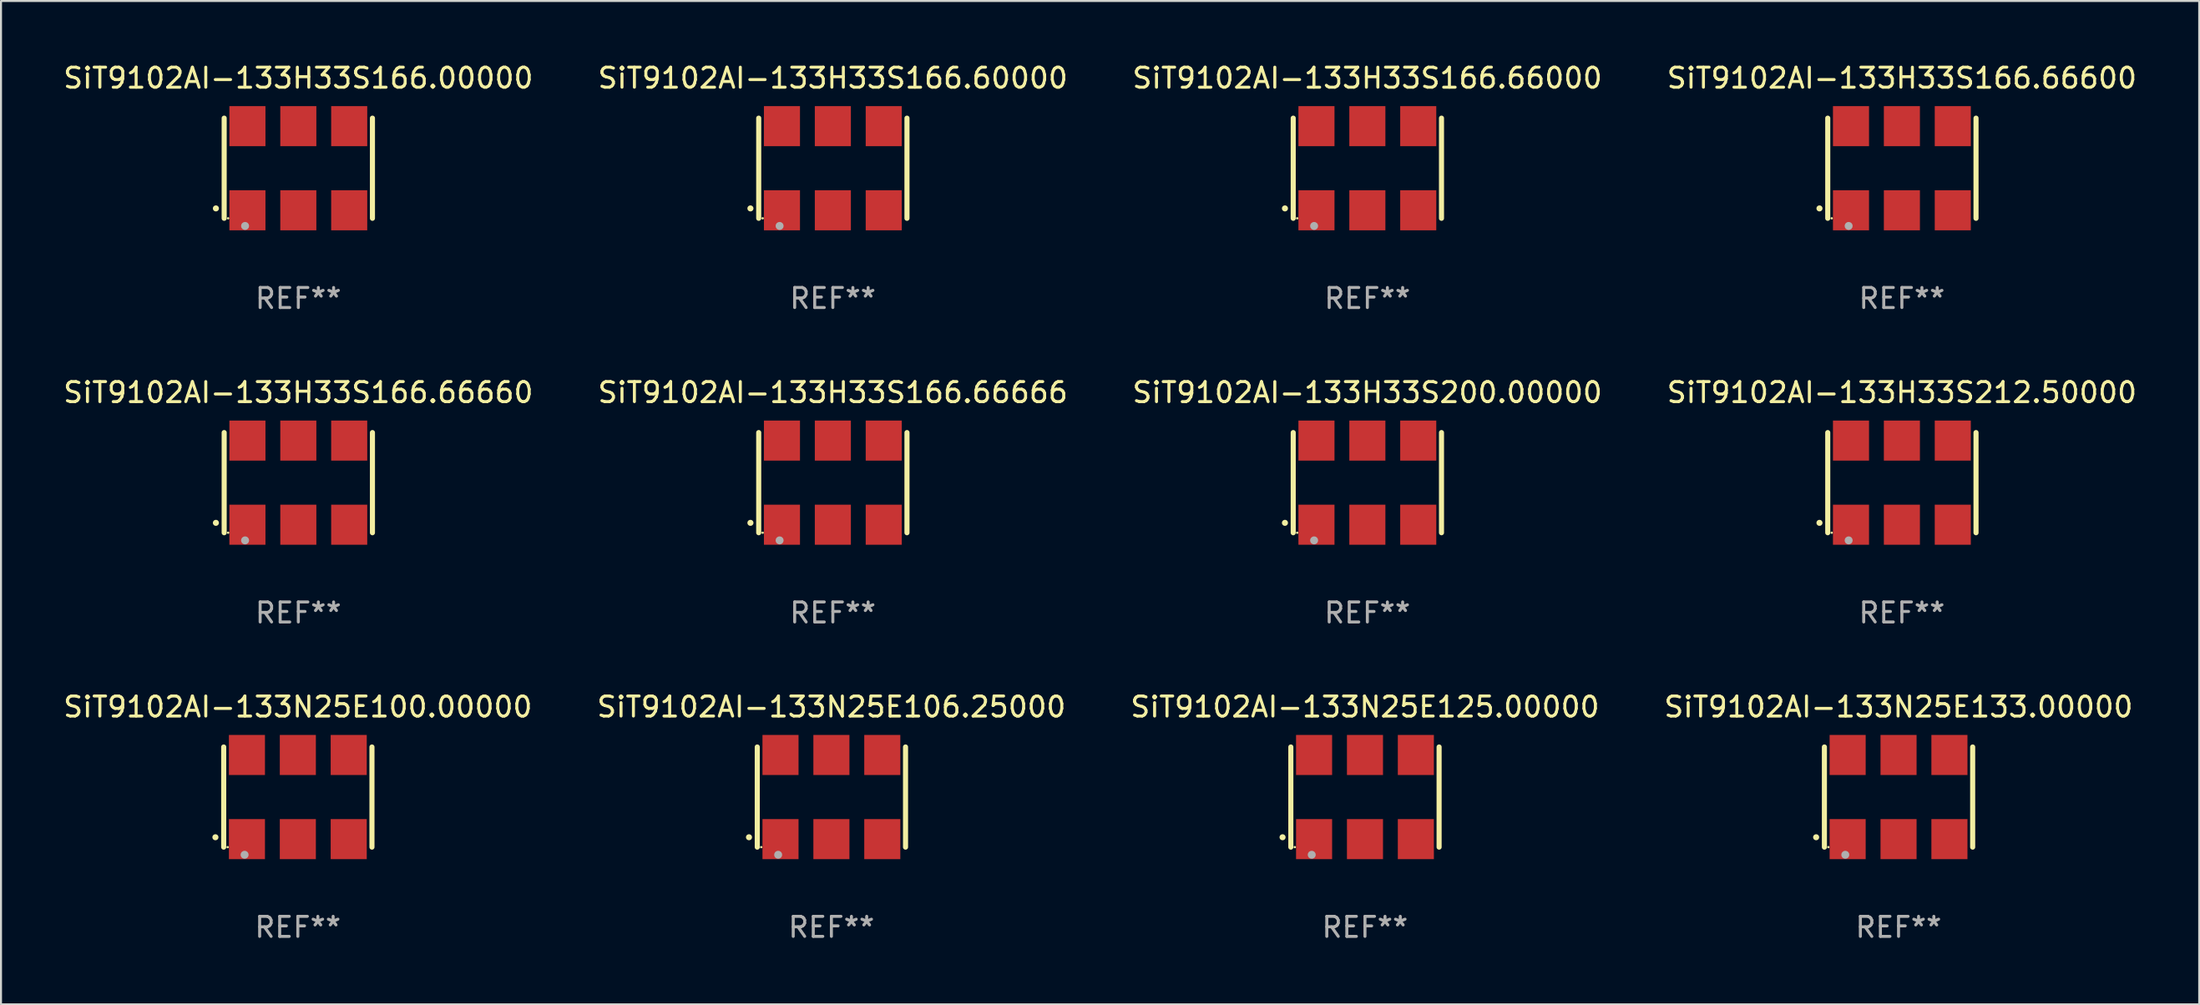
<source format=kicad_pcb>
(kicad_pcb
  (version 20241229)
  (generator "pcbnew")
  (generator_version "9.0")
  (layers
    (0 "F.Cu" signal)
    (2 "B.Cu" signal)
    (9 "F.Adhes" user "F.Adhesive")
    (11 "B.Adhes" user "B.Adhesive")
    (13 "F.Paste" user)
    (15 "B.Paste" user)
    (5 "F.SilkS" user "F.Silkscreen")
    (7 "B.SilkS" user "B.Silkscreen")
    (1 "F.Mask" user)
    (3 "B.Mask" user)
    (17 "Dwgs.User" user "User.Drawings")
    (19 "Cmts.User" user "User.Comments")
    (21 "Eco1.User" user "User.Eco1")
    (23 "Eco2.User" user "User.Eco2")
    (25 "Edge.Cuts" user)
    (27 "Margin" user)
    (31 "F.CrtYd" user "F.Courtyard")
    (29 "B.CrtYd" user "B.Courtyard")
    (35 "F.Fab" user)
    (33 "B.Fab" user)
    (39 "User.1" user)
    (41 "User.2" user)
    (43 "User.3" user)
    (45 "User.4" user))
  (footprint "SiT9102AI-133N25E100.00000"
    (layer "F.Cu")
    (at 11.815 36.741)
    (property "Reference" "SiT9102AI-133N25E100.00000" (at 0 -4.5 0) (layer "F.SilkS") (effects (font (size 1 1) (thickness 0.15))))
    (attr through_hole)
    (fp_line (start -3.7 -2.5) (end -3.7 2.5) (stroke (width 0.254) (type solid)) (layer "F.SilkS"))
    (fp_line (start 3.7 -2.5) (end 3.7 2.5) (stroke (width 0.254) (type solid)) (layer "F.SilkS"))
    (fp_arc (start -4.114415 2.006604) (mid -4.113145 2.006599) (end -4.111875 2.006604) (stroke (width 0.3) (type solid)) (layer "F.SilkS"))
    (fp_circle (center -3.502 2.5) (end -3.472 2.5) (stroke (width 0.06) (type solid)) (fill no) (layer "F.SilkS"))
    (fp_circle (center -2.657 2.882) (end -2.557 2.882) (stroke (width 0.2) (type solid)) (fill no) (layer "F.Fab"))
    (fp_text user "REF**" (at 0 6.5 0) (layer "F.Fab") (effects (font (size 1 1) (thickness 0.15))))
    (pad "1" smd rect (at -2.54 2.1) (size 1.8 2) (layers "F.Cu" "F.Mask" "F.Paste"))
    (pad "2" smd rect (at 0.000394 2.1) (size 1.8 2) (layers "F.Cu" "F.Mask" "F.Paste"))
    (pad "3" smd rect (at 2.54 2.1) (size 1.8 2) (layers "F.Cu" "F.Mask" "F.Paste"))
    (pad "4" smd rect (at 2.54 -2.1) (size 1.8 2) (layers "F.Cu" "F.Mask" "F.Paste"))
    (pad "5" smd rect (at 0.000394 -2.1) (size 1.8 2) (layers "F.Cu" "F.Mask" "F.Paste"))
    (pad "6" smd rect (at -2.54 -2.1) (size 1.8 2) (layers "F.Cu" "F.Mask" "F.Paste")))
  (footprint "SiT9102AI-133H33S166.66666"
    (layer "F.Cu")
    (at 38.518 21.045)
    (property "Reference" "SiT9102AI-133H33S166.66666" (at 0 -4.5 0) (layer "F.SilkS") (effects (font (size 1 1) (thickness 0.15))))
    (attr through_hole)
    (fp_line (start -3.7 -2.5) (end -3.7 2.5) (stroke (width 0.254) (type solid)) (layer "F.SilkS"))
    (fp_line (start 3.7 -2.5) (end 3.7 2.5) (stroke (width 0.254) (type solid)) (layer "F.SilkS"))
    (fp_arc (start -4.114415 2.006604) (mid -4.113145 2.006599) (end -4.111875 2.006604) (stroke (width 0.3) (type solid)) (layer "F.SilkS"))
    (fp_circle (center -3.502 2.5) (end -3.472 2.5) (stroke (width 0.06) (type solid)) (fill no) (layer "F.SilkS"))
    (fp_circle (center -2.657 2.882) (end -2.557 2.882) (stroke (width 0.2) (type solid)) (fill no) (layer "F.Fab"))
    (fp_text user "REF**" (at 0 6.5 0) (layer "F.Fab") (effects (font (size 1 1) (thickness 0.15))))
    (pad "1" smd rect (at -2.54 2.1) (size 1.8 2) (layers "F.Cu" "F.Mask" "F.Paste"))
    (pad "2" smd rect (at 0.000394 2.1) (size 1.8 2) (layers "F.Cu" "F.Mask" "F.Paste"))
    (pad "3" smd rect (at 2.54 2.1) (size 1.8 2) (layers "F.Cu" "F.Mask" "F.Paste"))
    (pad "4" smd rect (at 2.54 -2.1) (size 1.8 2) (layers "F.Cu" "F.Mask" "F.Paste"))
    (pad "5" smd rect (at 0.000394 -2.1) (size 1.8 2) (layers "F.Cu" "F.Mask" "F.Paste"))
    (pad "6" smd rect (at -2.54 -2.1) (size 1.8 2) (layers "F.Cu" "F.Mask" "F.Paste")))
  (footprint "SiT9102AI-133N25E133.00000"
    (layer "F.Cu")
    (at 91.708 36.741)
    (property "Reference" "SiT9102AI-133N25E133.00000" (at 0 -4.5 0) (layer "F.SilkS") (effects (font (size 1 1) (thickness 0.15))))
    (attr through_hole)
    (fp_line (start -3.7 -2.5) (end -3.7 2.5) (stroke (width 0.254) (type solid)) (layer "F.SilkS"))
    (fp_line (start 3.7 -2.5) (end 3.7 2.5) (stroke (width 0.254) (type solid)) (layer "F.SilkS"))
    (fp_arc (start -4.114415 2.006604) (mid -4.113145 2.006599) (end -4.111875 2.006604) (stroke (width 0.3) (type solid)) (layer "F.SilkS"))
    (fp_circle (center -3.502 2.5) (end -3.472 2.5) (stroke (width 0.06) (type solid)) (fill no) (layer "F.SilkS"))
    (fp_circle (center -2.657 2.882) (end -2.557 2.882) (stroke (width 0.2) (type solid)) (fill no) (layer "F.Fab"))
    (fp_text user "REF**" (at 0 6.5 0) (layer "F.Fab") (effects (font (size 1 1) (thickness 0.15))))
    (pad "1" smd rect (at -2.54 2.1) (size 1.8 2) (layers "F.Cu" "F.Mask" "F.Paste"))
    (pad "2" smd rect (at 0.000394 2.1) (size 1.8 2) (layers "F.Cu" "F.Mask" "F.Paste"))
    (pad "3" smd rect (at 2.54 2.1) (size 1.8 2) (layers "F.Cu" "F.Mask" "F.Paste"))
    (pad "4" smd rect (at 2.54 -2.1) (size 1.8 2) (layers "F.Cu" "F.Mask" "F.Paste"))
    (pad "5" smd rect (at 0.000394 -2.1) (size 1.8 2) (layers "F.Cu" "F.Mask" "F.Paste"))
    (pad "6" smd rect (at -2.54 -2.1) (size 1.8 2) (layers "F.Cu" "F.Mask" "F.Paste")))
  (footprint "SiT9102AI-133H33S166.60000"
    (layer "F.Cu")
    (at 38.518 5.348)
    (property "Reference" "SiT9102AI-133H33S166.60000" (at 0 -4.5 0) (layer "F.SilkS") (effects (font (size 1 1) (thickness 0.15))))
    (attr through_hole)
    (fp_line (start -3.7 -2.5) (end -3.7 2.5) (stroke (width 0.254) (type solid)) (layer "F.SilkS"))
    (fp_line (start 3.7 -2.5) (end 3.7 2.5) (stroke (width 0.254) (type solid)) (layer "F.SilkS"))
    (fp_arc (start -4.114415 2.006604) (mid -4.113145 2.006599) (end -4.111875 2.006604) (stroke (width 0.3) (type solid)) (layer "F.SilkS"))
    (fp_circle (center -3.502 2.5) (end -3.472 2.5) (stroke (width 0.06) (type solid)) (fill no) (layer "F.SilkS"))
    (fp_circle (center -2.657 2.882) (end -2.557 2.882) (stroke (width 0.2) (type solid)) (fill no) (layer "F.Fab"))
    (fp_text user "REF**" (at 0 6.5 0) (layer "F.Fab") (effects (font (size 1 1) (thickness 0.15))))
    (pad "1" smd rect (at -2.54 2.1) (size 1.8 2) (layers "F.Cu" "F.Mask" "F.Paste"))
    (pad "2" smd rect (at 0.000394 2.1) (size 1.8 2) (layers "F.Cu" "F.Mask" "F.Paste"))
    (pad "3" smd rect (at 2.54 2.1) (size 1.8 2) (layers "F.Cu" "F.Mask" "F.Paste"))
    (pad "4" smd rect (at 2.54 -2.1) (size 1.8 2) (layers "F.Cu" "F.Mask" "F.Paste"))
    (pad "5" smd rect (at 0.000394 -2.1) (size 1.8 2) (layers "F.Cu" "F.Mask" "F.Paste"))
    (pad "6" smd rect (at -2.54 -2.1) (size 1.8 2) (layers "F.Cu" "F.Mask" "F.Paste")))
  (footprint "SiT9102AI-133H33S166.00000"
    (layer "F.Cu")
    (at 11.839 5.348)
    (property "Reference" "SiT9102AI-133H33S166.00000" (at 0 -4.5 0) (layer "F.SilkS") (effects (font (size 1 1) (thickness 0.15))))
    (attr through_hole)
    (fp_line (start -3.7 -2.5) (end -3.7 2.5) (stroke (width 0.254) (type solid)) (layer "F.SilkS"))
    (fp_line (start 3.7 -2.5) (end 3.7 2.5) (stroke (width 0.254) (type solid)) (layer "F.SilkS"))
    (fp_arc (start -4.114415 2.006604) (mid -4.113145 2.006599) (end -4.111875 2.006604) (stroke (width 0.3) (type solid)) (layer "F.SilkS"))
    (fp_circle (center -3.502 2.5) (end -3.472 2.5) (stroke (width 0.06) (type solid)) (fill no) (layer "F.SilkS"))
    (fp_circle (center -2.657 2.882) (end -2.557 2.882) (stroke (width 0.2) (type solid)) (fill no) (layer "F.Fab"))
    (fp_text user "REF**" (at 0 6.5 0) (layer "F.Fab") (effects (font (size 1 1) (thickness 0.15))))
    (pad "1" smd rect (at -2.54 2.1) (size 1.8 2) (layers "F.Cu" "F.Mask" "F.Paste"))
    (pad "2" smd rect (at 0.000394 2.1) (size 1.8 2) (layers "F.Cu" "F.Mask" "F.Paste"))
    (pad "3" smd rect (at 2.54 2.1) (size 1.8 2) (layers "F.Cu" "F.Mask" "F.Paste"))
    (pad "4" smd rect (at 2.54 -2.1) (size 1.8 2) (layers "F.Cu" "F.Mask" "F.Paste"))
    (pad "5" smd rect (at 0.000394 -2.1) (size 1.8 2) (layers "F.Cu" "F.Mask" "F.Paste"))
    (pad "6" smd rect (at -2.54 -2.1) (size 1.8 2) (layers "F.Cu" "F.Mask" "F.Paste")))
  (footprint "SiT9102AI-133H33S166.66660"
    (layer "F.Cu")
    (at 11.839 21.045)
    (property "Reference" "SiT9102AI-133H33S166.66660" (at 0 -4.5 0) (layer "F.SilkS") (effects (font (size 1 1) (thickness 0.15))))
    (attr through_hole)
    (fp_line (start -3.7 -2.5) (end -3.7 2.5) (stroke (width 0.254) (type solid)) (layer "F.SilkS"))
    (fp_line (start 3.7 -2.5) (end 3.7 2.5) (stroke (width 0.254) (type solid)) (layer "F.SilkS"))
    (fp_arc (start -4.114415 2.006604) (mid -4.113145 2.006599) (end -4.111875 2.006604) (stroke (width 0.3) (type solid)) (layer "F.SilkS"))
    (fp_circle (center -3.502 2.5) (end -3.472 2.5) (stroke (width 0.06) (type solid)) (fill no) (layer "F.SilkS"))
    (fp_circle (center -2.657 2.882) (end -2.557 2.882) (stroke (width 0.2) (type solid)) (fill no) (layer "F.Fab"))
    (fp_text user "REF**" (at 0 6.5 0) (layer "F.Fab") (effects (font (size 1 1) (thickness 0.15))))
    (pad "1" smd rect (at -2.54 2.1) (size 1.8 2) (layers "F.Cu" "F.Mask" "F.Paste"))
    (pad "2" smd rect (at 0.000394 2.1) (size 1.8 2) (layers "F.Cu" "F.Mask" "F.Paste"))
    (pad "3" smd rect (at 2.54 2.1) (size 1.8 2) (layers "F.Cu" "F.Mask" "F.Paste"))
    (pad "4" smd rect (at 2.54 -2.1) (size 1.8 2) (layers "F.Cu" "F.Mask" "F.Paste"))
    (pad "5" smd rect (at 0.000394 -2.1) (size 1.8 2) (layers "F.Cu" "F.Mask" "F.Paste"))
    (pad "6" smd rect (at -2.54 -2.1) (size 1.8 2) (layers "F.Cu" "F.Mask" "F.Paste")))
  (footprint "SiT9102AI-133H33S166.66600"
    (layer "F.Cu")
    (at 91.875 5.348)
    (property "Reference" "SiT9102AI-133H33S166.66600" (at 0 -4.5 0) (layer "F.SilkS") (effects (font (size 1 1) (thickness 0.15))))
    (attr through_hole)
    (fp_line (start -3.7 -2.5) (end -3.7 2.5) (stroke (width 0.254) (type solid)) (layer "F.SilkS"))
    (fp_line (start 3.7 -2.5) (end 3.7 2.5) (stroke (width 0.254) (type solid)) (layer "F.SilkS"))
    (fp_arc (start -4.114415 2.006604) (mid -4.113145 2.006599) (end -4.111875 2.006604) (stroke (width 0.3) (type solid)) (layer "F.SilkS"))
    (fp_circle (center -3.502 2.5) (end -3.472 2.5) (stroke (width 0.06) (type solid)) (fill no) (layer "F.SilkS"))
    (fp_circle (center -2.657 2.882) (end -2.557 2.882) (stroke (width 0.2) (type solid)) (fill no) (layer "F.Fab"))
    (fp_text user "REF**" (at 0 6.5 0) (layer "F.Fab") (effects (font (size 1 1) (thickness 0.15))))
    (pad "1" smd rect (at -2.54 2.1) (size 1.8 2) (layers "F.Cu" "F.Mask" "F.Paste"))
    (pad "2" smd rect (at 0.000394 2.1) (size 1.8 2) (layers "F.Cu" "F.Mask" "F.Paste"))
    (pad "3" smd rect (at 2.54 2.1) (size 1.8 2) (layers "F.Cu" "F.Mask" "F.Paste"))
    (pad "4" smd rect (at 2.54 -2.1) (size 1.8 2) (layers "F.Cu" "F.Mask" "F.Paste"))
    (pad "5" smd rect (at 0.000394 -2.1) (size 1.8 2) (layers "F.Cu" "F.Mask" "F.Paste"))
    (pad "6" smd rect (at -2.54 -2.1) (size 1.8 2) (layers "F.Cu" "F.Mask" "F.Paste")))
  (footprint "SiT9102AI-133H33S200.00000"
    (layer "F.Cu")
    (at 65.196 21.045)
    (property "Reference" "SiT9102AI-133H33S200.00000" (at 0 -4.5 0) (layer "F.SilkS") (effects (font (size 1 1) (thickness 0.15))))
    (attr through_hole)
    (fp_line (start -3.7 -2.5) (end -3.7 2.5) (stroke (width 0.254) (type solid)) (layer "F.SilkS"))
    (fp_line (start 3.7 -2.5) (end 3.7 2.5) (stroke (width 0.254) (type solid)) (layer "F.SilkS"))
    (fp_arc (start -4.114415 2.006604) (mid -4.113145 2.006599) (end -4.111875 2.006604) (stroke (width 0.3) (type solid)) (layer "F.SilkS"))
    (fp_circle (center -3.502 2.5) (end -3.472 2.5) (stroke (width 0.06) (type solid)) (fill no) (layer "F.SilkS"))
    (fp_circle (center -2.657 2.882) (end -2.557 2.882) (stroke (width 0.2) (type solid)) (fill no) (layer "F.Fab"))
    (fp_text user "REF**" (at 0 6.5 0) (layer "F.Fab") (effects (font (size 1 1) (thickness 0.15))))
    (pad "1" smd rect (at -2.54 2.1) (size 1.8 2) (layers "F.Cu" "F.Mask" "F.Paste"))
    (pad "2" smd rect (at 0.000394 2.1) (size 1.8 2) (layers "F.Cu" "F.Mask" "F.Paste"))
    (pad "3" smd rect (at 2.54 2.1) (size 1.8 2) (layers "F.Cu" "F.Mask" "F.Paste"))
    (pad "4" smd rect (at 2.54 -2.1) (size 1.8 2) (layers "F.Cu" "F.Mask" "F.Paste"))
    (pad "5" smd rect (at 0.000394 -2.1) (size 1.8 2) (layers "F.Cu" "F.Mask" "F.Paste"))
    (pad "6" smd rect (at -2.54 -2.1) (size 1.8 2) (layers "F.Cu" "F.Mask" "F.Paste")))
  (footprint "SiT9102AI-133N25E125.00000"
    (layer "F.Cu")
    (at 65.077 36.741)
    (property "Reference" "SiT9102AI-133N25E125.00000" (at 0 -4.5 0) (layer "F.SilkS") (effects (font (size 1 1) (thickness 0.15))))
    (attr through_hole)
    (fp_line (start -3.7 -2.5) (end -3.7 2.5) (stroke (width 0.254) (type solid)) (layer "F.SilkS"))
    (fp_line (start 3.7 -2.5) (end 3.7 2.5) (stroke (width 0.254) (type solid)) (layer "F.SilkS"))
    (fp_arc (start -4.114415 2.006604) (mid -4.113145 2.006599) (end -4.111875 2.006604) (stroke (width 0.3) (type solid)) (layer "F.SilkS"))
    (fp_circle (center -3.502 2.5) (end -3.472 2.5) (stroke (width 0.06) (type solid)) (fill no) (layer "F.SilkS"))
    (fp_circle (center -2.657 2.882) (end -2.557 2.882) (stroke (width 0.2) (type solid)) (fill no) (layer "F.Fab"))
    (fp_text user "REF**" (at 0 6.5 0) (layer "F.Fab") (effects (font (size 1 1) (thickness 0.15))))
    (pad "1" smd rect (at -2.54 2.1) (size 1.8 2) (layers "F.Cu" "F.Mask" "F.Paste"))
    (pad "2" smd rect (at 0.000394 2.1) (size 1.8 2) (layers "F.Cu" "F.Mask" "F.Paste"))
    (pad "3" smd rect (at 2.54 2.1) (size 1.8 2) (layers "F.Cu" "F.Mask" "F.Paste"))
    (pad "4" smd rect (at 2.54 -2.1) (size 1.8 2) (layers "F.Cu" "F.Mask" "F.Paste"))
    (pad "5" smd rect (at 0.000394 -2.1) (size 1.8 2) (layers "F.Cu" "F.Mask" "F.Paste"))
    (pad "6" smd rect (at -2.54 -2.1) (size 1.8 2) (layers "F.Cu" "F.Mask" "F.Paste")))
  (footprint "SiT9102AI-133H33S212.50000"
    (layer "F.Cu")
    (at 91.875 21.045)
    (property "Reference" "SiT9102AI-133H33S212.50000" (at 0 -4.5 0) (layer "F.SilkS") (effects (font (size 1 1) (thickness 0.15))))
    (attr through_hole)
    (fp_line (start -3.7 -2.5) (end -3.7 2.5) (stroke (width 0.254) (type solid)) (layer "F.SilkS"))
    (fp_line (start 3.7 -2.5) (end 3.7 2.5) (stroke (width 0.254) (type solid)) (layer "F.SilkS"))
    (fp_arc (start -4.114415 2.006604) (mid -4.113145 2.006599) (end -4.111875 2.006604) (stroke (width 0.3) (type solid)) (layer "F.SilkS"))
    (fp_circle (center -3.502 2.5) (end -3.472 2.5) (stroke (width 0.06) (type solid)) (fill no) (layer "F.SilkS"))
    (fp_circle (center -2.657 2.882) (end -2.557 2.882) (stroke (width 0.2) (type solid)) (fill no) (layer "F.Fab"))
    (fp_text user "REF**" (at 0 6.5 0) (layer "F.Fab") (effects (font (size 1 1) (thickness 0.15))))
    (pad "1" smd rect (at -2.54 2.1) (size 1.8 2) (layers "F.Cu" "F.Mask" "F.Paste"))
    (pad "2" smd rect (at 0.000394 2.1) (size 1.8 2) (layers "F.Cu" "F.Mask" "F.Paste"))
    (pad "3" smd rect (at 2.54 2.1) (size 1.8 2) (layers "F.Cu" "F.Mask" "F.Paste"))
    (pad "4" smd rect (at 2.54 -2.1) (size 1.8 2) (layers "F.Cu" "F.Mask" "F.Paste"))
    (pad "5" smd rect (at 0.000394 -2.1) (size 1.8 2) (layers "F.Cu" "F.Mask" "F.Paste"))
    (pad "6" smd rect (at -2.54 -2.1) (size 1.8 2) (layers "F.Cu" "F.Mask" "F.Paste")))
  (footprint "SiT9102AI-133N25E106.25000"
    (layer "F.Cu")
    (at 38.446 36.741)
    (property "Reference" "SiT9102AI-133N25E106.25000" (at 0 -4.5 0) (layer "F.SilkS") (effects (font (size 1 1) (thickness 0.15))))
    (attr through_hole)
    (fp_line (start -3.7 -2.5) (end -3.7 2.5) (stroke (width 0.254) (type solid)) (layer "F.SilkS"))
    (fp_line (start 3.7 -2.5) (end 3.7 2.5) (stroke (width 0.254) (type solid)) (layer "F.SilkS"))
    (fp_arc (start -4.114415 2.006604) (mid -4.113145 2.006599) (end -4.111875 2.006604) (stroke (width 0.3) (type solid)) (layer "F.SilkS"))
    (fp_circle (center -3.502 2.5) (end -3.472 2.5) (stroke (width 0.06) (type solid)) (fill no) (layer "F.SilkS"))
    (fp_circle (center -2.657 2.882) (end -2.557 2.882) (stroke (width 0.2) (type solid)) (fill no) (layer "F.Fab"))
    (fp_text user "REF**" (at 0 6.5 0) (layer "F.Fab") (effects (font (size 1 1) (thickness 0.15))))
    (pad "1" smd rect (at -2.54 2.1) (size 1.8 2) (layers "F.Cu" "F.Mask" "F.Paste"))
    (pad "2" smd rect (at 0.000394 2.1) (size 1.8 2) (layers "F.Cu" "F.Mask" "F.Paste"))
    (pad "3" smd rect (at 2.54 2.1) (size 1.8 2) (layers "F.Cu" "F.Mask" "F.Paste"))
    (pad "4" smd rect (at 2.54 -2.1) (size 1.8 2) (layers "F.Cu" "F.Mask" "F.Paste"))
    (pad "5" smd rect (at 0.000394 -2.1) (size 1.8 2) (layers "F.Cu" "F.Mask" "F.Paste"))
    (pad "6" smd rect (at -2.54 -2.1) (size 1.8 2) (layers "F.Cu" "F.Mask" "F.Paste")))
  (footprint "SiT9102AI-133H33S166.66000"
    (layer "F.Cu")
    (at 65.196 5.348)
    (property "Reference" "SiT9102AI-133H33S166.66000" (at 0 -4.5 0) (layer "F.SilkS") (effects (font (size 1 1) (thickness 0.15))))
    (attr through_hole)
    (fp_line (start -3.7 -2.5) (end -3.7 2.5) (stroke (width 0.254) (type solid)) (layer "F.SilkS"))
    (fp_line (start 3.7 -2.5) (end 3.7 2.5) (stroke (width 0.254) (type solid)) (layer "F.SilkS"))
    (fp_arc (start -4.114415 2.006604) (mid -4.113145 2.006599) (end -4.111875 2.006604) (stroke (width 0.3) (type solid)) (layer "F.SilkS"))
    (fp_circle (center -3.502 2.5) (end -3.472 2.5) (stroke (width 0.06) (type solid)) (fill no) (layer "F.SilkS"))
    (fp_circle (center -2.657 2.882) (end -2.557 2.882) (stroke (width 0.2) (type solid)) (fill no) (layer "F.Fab"))
    (fp_text user "REF**" (at 0 6.5 0) (layer "F.Fab") (effects (font (size 1 1) (thickness 0.15))))
    (pad "1" smd rect (at -2.54 2.1) (size 1.8 2) (layers "F.Cu" "F.Mask" "F.Paste"))
    (pad "2" smd rect (at 0.000394 2.1) (size 1.8 2) (layers "F.Cu" "F.Mask" "F.Paste"))
    (pad "3" smd rect (at 2.54 2.1) (size 1.8 2) (layers "F.Cu" "F.Mask" "F.Paste"))
    (pad "4" smd rect (at 2.54 -2.1) (size 1.8 2) (layers "F.Cu" "F.Mask" "F.Paste"))
    (pad "5" smd rect (at 0.000394 -2.1) (size 1.8 2) (layers "F.Cu" "F.Mask" "F.Paste"))
    (pad "6" smd rect (at -2.54 -2.1) (size 1.8 2) (layers "F.Cu" "F.Mask" "F.Paste")))
  (gr_rect
    (start -3 -3)
    (end 106.714 47.09)
    (stroke (width 0.1) (type default))
    (fill no)
    (layer "Edge.Cuts")))
</source>
